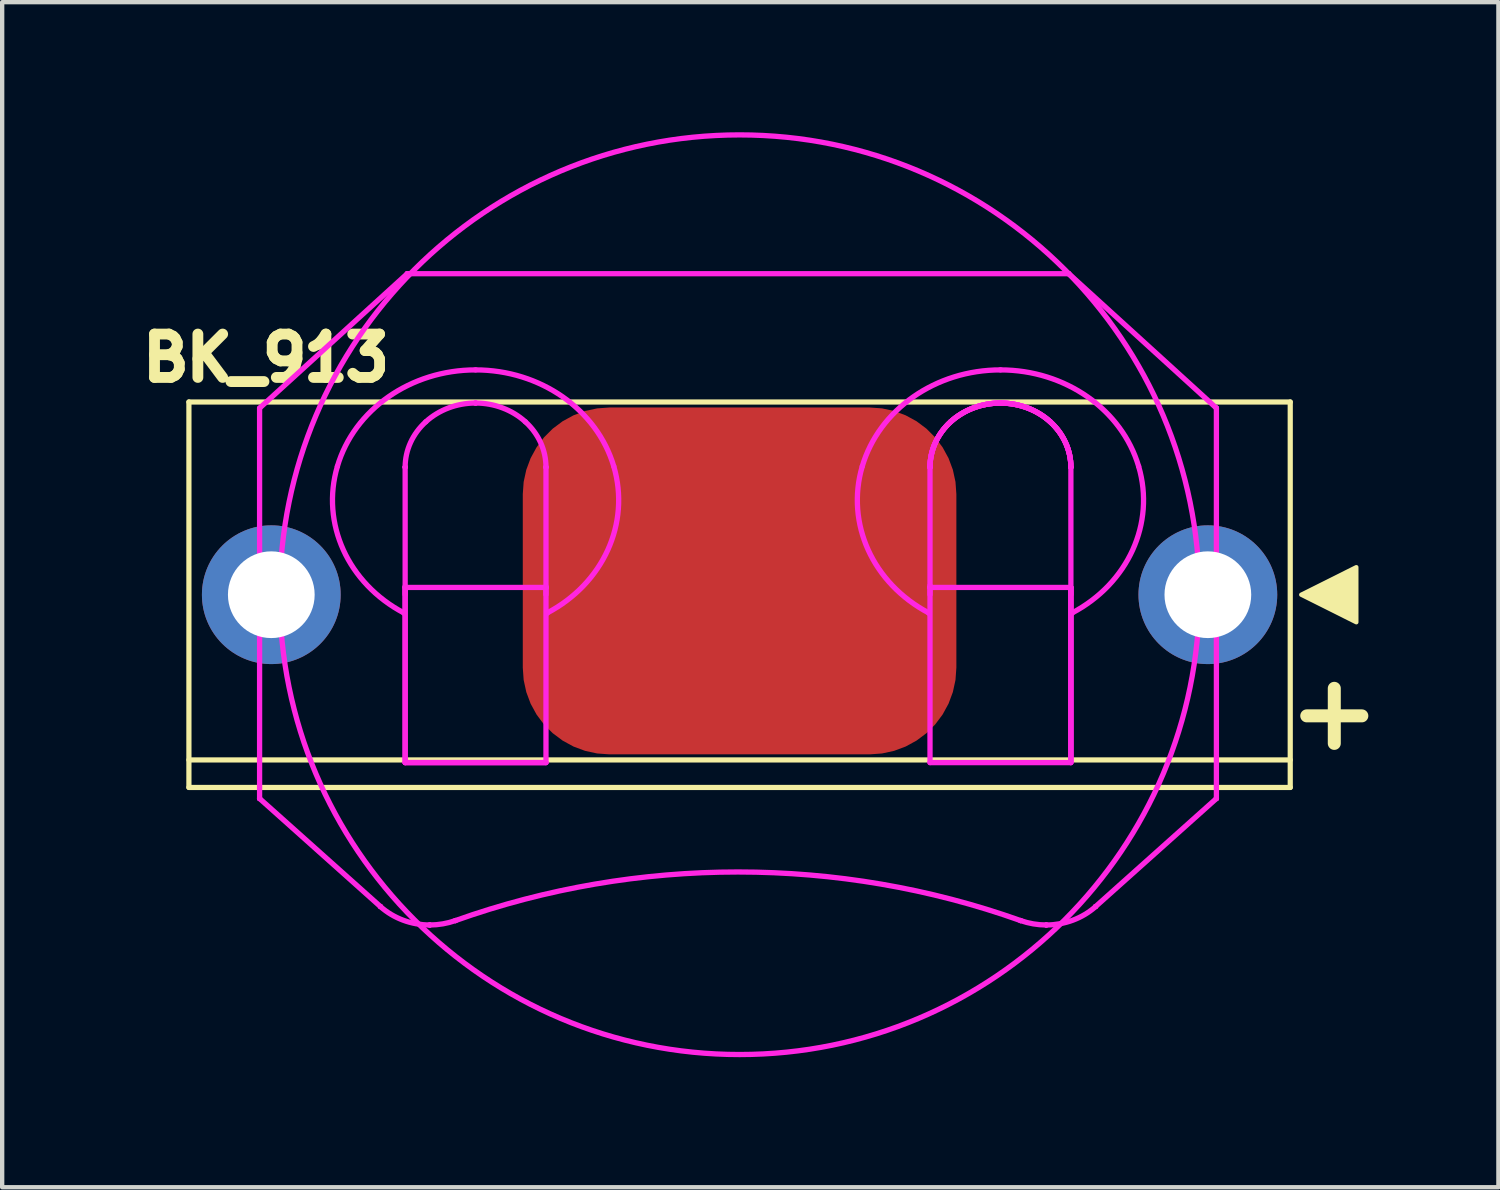
<source format=kicad_pcb>
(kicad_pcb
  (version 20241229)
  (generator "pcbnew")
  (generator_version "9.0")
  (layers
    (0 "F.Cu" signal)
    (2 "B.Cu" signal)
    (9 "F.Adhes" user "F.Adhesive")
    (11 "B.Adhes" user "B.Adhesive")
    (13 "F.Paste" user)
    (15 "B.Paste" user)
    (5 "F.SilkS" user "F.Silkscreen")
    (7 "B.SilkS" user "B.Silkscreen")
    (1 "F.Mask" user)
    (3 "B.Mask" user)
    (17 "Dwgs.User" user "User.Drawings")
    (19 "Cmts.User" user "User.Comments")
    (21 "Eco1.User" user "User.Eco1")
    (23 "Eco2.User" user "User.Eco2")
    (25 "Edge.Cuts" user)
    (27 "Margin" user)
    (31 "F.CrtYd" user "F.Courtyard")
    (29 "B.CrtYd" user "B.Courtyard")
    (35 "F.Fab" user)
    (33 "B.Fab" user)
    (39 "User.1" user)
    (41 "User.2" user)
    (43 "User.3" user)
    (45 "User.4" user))
  (footprint "BK_913"
    (layer "F.Cu")
    (at 14.007 10.666)
    (property "Reference" "BK_913" (at -10.922 -5.461 0) (layer "F.SilkS") (effects (font (size 1 1) (thickness 0.25))))
    (attr through_hole)
    (fp_line (start -12.7 -4.445) (end -12.7 4.445) (stroke (width 0.12) (type solid)) (layer "F.SilkS"))
    (fp_line (start -12.7 -4.445) (end 12.7 -4.445) (stroke (width 0.12) (type solid)) (layer "F.SilkS"))
    (fp_line (start -12.7 3.81) (end 12.7 3.81) (stroke (width 0.12) (type solid)) (layer "F.SilkS"))
    (fp_line (start -12.7 4.445) (end 12.7 4.445) (stroke (width 0.12) (type solid)) (layer "F.SilkS"))
    (fp_line (start 12.7 -4.445) (end 12.7 4.445) (stroke (width 0.12) (type solid)) (layer "F.SilkS"))
    (fp_line (start 13.081 2.794) (end 14.351 2.794) (stroke (width 0.3) (type solid)) (layer "F.SilkS"))
    (fp_line (start 13.716 2.159) (end 13.716 3.429) (stroke (width 0.3) (type solid)) (layer "F.SilkS"))
    (fp_poly (pts (xy 12.954 0) (xy 14.224 -0.635) (xy 14.224 0.635)) (stroke (width 0.1) (type solid)) (fill yes) (layer "F.SilkS"))
    (fp_line (start -11.07 -4.304) (end -11.07 4.701) (stroke (width 0.122) (type solid)) (layer "F.CrtYd"))
    (fp_line (start -11.07 4.701) (end -11.07 4.701) (stroke (width 0.122) (type solid)) (layer "F.CrtYd"))
    (fp_line (start -11.07 4.701) (end -11.07 4.701) (stroke (width 0.122) (type solid)) (layer "F.CrtYd"))
    (fp_line (start -11.07 4.701) (end -8.283 7.192) (stroke (width 0.122) (type solid)) (layer "F.CrtYd"))
    (fp_line (start -8.283 7.192) (end -8.283 7.192) (stroke (width 0.122) (type solid)) (layer "F.CrtYd"))
    (fp_line (start -8.283 7.192) (end -8.283 7.192) (stroke (width 0.122) (type solid)) (layer "F.CrtYd"))
    (fp_line (start -7.74 0.422) (end -7.74 0.422) (stroke (width 0.122) (type solid)) (layer "F.CrtYd"))
    (fp_line (start -7.74 0.422) (end -7.74 0.422) (stroke (width 0.122) (type solid)) (layer "F.CrtYd"))
    (fp_line (start -7.713 -2.942) (end -7.713 -2.942) (stroke (width 0.122) (type solid)) (layer "F.CrtYd"))
    (fp_line (start -7.713 -2.942) (end -7.713 -2.942) (stroke (width 0.122) (type solid)) (layer "F.CrtYd"))
    (fp_line (start -7.713 -0.168) (end -7.713 -2.942) (stroke (width 0.122) (type solid)) (layer "F.CrtYd"))
    (fp_line (start -7.713 -0.168) (end -7.713 -0.168) (stroke (width 0.122) (type solid)) (layer "F.CrtYd"))
    (fp_line (start -7.713 -0.168) (end -7.713 -0.168) (stroke (width 0.122) (type solid)) (layer "F.CrtYd"))
    (fp_line (start -7.713 -0.121) (end -7.713 -0.003) (stroke (width 0.122) (type solid)) (layer "F.CrtYd"))
    (fp_line (start -7.713 3.871) (end -7.713 -0.196) (stroke (width 0.122) (type solid)) (layer "F.CrtYd"))
    (fp_line (start -7.713 3.872) (end -7.713 -0.121) (stroke (width 0.122) (type solid)) (layer "F.CrtYd"))
    (fp_line (start -7.664 -7.404) (end -11.07 -4.304) (stroke (width 0.122) (type solid)) (layer "F.CrtYd"))
    (fp_line (start -7.664 -7.404) (end -7.664 -7.404) (stroke (width 0.122) (type solid)) (layer "F.CrtYd"))
    (fp_line (start -7.664 -7.404) (end -7.664 -7.404) (stroke (width 0.122) (type solid)) (layer "F.CrtYd"))
    (fp_line (start -7.664 -7.404) (end 7.592 -7.404) (stroke (width 0.122) (type solid)) (layer "F.CrtYd"))
    (fp_line (start -7.145 7.617) (end -7.145 7.617) (stroke (width 0.122) (type solid)) (layer "F.CrtYd"))
    (fp_line (start -7.145 7.617) (end -7.145 7.617) (stroke (width 0.122) (type solid)) (layer "F.CrtYd"))
    (fp_line (start -6.552 7.515) (end -6.552 7.515) (stroke (width 0.122) (type solid)) (layer "F.CrtYd"))
    (fp_line (start -6.552 7.515) (end -6.552 7.515) (stroke (width 0.122) (type solid)) (layer "F.CrtYd"))
    (fp_line (start -6.089 -4.421) (end -6.089 -4.421) (stroke (width 0.122) (type solid)) (layer "F.CrtYd"))
    (fp_line (start -6.089 -4.421) (end -6.089 -4.421) (stroke (width 0.122) (type solid)) (layer "F.CrtYd"))
    (fp_line (start -4.465 -2.942) (end -4.465 -2.942) (stroke (width 0.122) (type solid)) (layer "F.CrtYd"))
    (fp_line (start -4.465 -2.942) (end -4.465 -2.942) (stroke (width 0.122) (type solid)) (layer "F.CrtYd"))
    (fp_line (start -4.465 -0.168) (end -7.713 -0.168) (stroke (width 0.122) (type solid)) (layer "F.CrtYd"))
    (fp_line (start -4.465 -0.168) (end -4.465 -2.942) (stroke (width 0.122) (type solid)) (layer "F.CrtYd"))
    (fp_line (start -4.465 -0.168) (end -4.465 -0.168) (stroke (width 0.122) (type solid)) (layer "F.CrtYd"))
    (fp_line (start -4.465 -0.168) (end -4.465 -0.168) (stroke (width 0.122) (type solid)) (layer "F.CrtYd"))
    (fp_line (start -4.465 -0.003) (end -4.465 -0.121) (stroke (width 0.122) (type solid)) (layer "F.CrtYd"))
    (fp_line (start -4.465 3.871) (end -4.465 -0.193) (stroke (width 0.122) (type solid)) (layer "F.CrtYd"))
    (fp_line (start -4.465 3.872) (end -7.713 3.872) (stroke (width 0.122) (type solid)) (layer "F.CrtYd"))
    (fp_line (start -4.465 3.872) (end -7.713 3.872) (stroke (width 0.122) (type solid)) (layer "F.CrtYd"))
    (fp_line (start -4.438 0.422) (end -4.438 0.422) (stroke (width 0.122) (type solid)) (layer "F.CrtYd"))
    (fp_line (start -4.438 0.422) (end -4.438 0.422) (stroke (width 0.122) (type solid)) (layer "F.CrtYd"))
    (fp_line (start 4.365 0.422) (end 4.365 0.422) (stroke (width 0.122) (type solid)) (layer "F.CrtYd"))
    (fp_line (start 4.365 0.422) (end 4.365 0.422) (stroke (width 0.122) (type solid)) (layer "F.CrtYd"))
    (fp_line (start 4.392 -2.942) (end 4.392 -2.942) (stroke (width 0.122) (type solid)) (layer "F.CrtYd"))
    (fp_line (start 4.392 -2.942) (end 4.392 -2.942) (stroke (width 0.122) (type solid)) (layer "F.CrtYd"))
    (fp_line (start 4.392 -0.168) (end 4.392 -2.942) (stroke (width 0.122) (type solid)) (layer "F.CrtYd"))
    (fp_line (start 4.392 -0.168) (end 4.392 -0.168) (stroke (width 0.122) (type solid)) (layer "F.CrtYd"))
    (fp_line (start 4.392 -0.168) (end 4.392 -0.168) (stroke (width 0.122) (type solid)) (layer "F.CrtYd"))
    (fp_line (start 4.392 -0.168) (end 7.641 -0.168) (stroke (width 0.122) (type solid)) (layer "F.CrtYd"))
    (fp_line (start 4.392 -0.003) (end 4.392 -0.121) (stroke (width 0.122) (type solid)) (layer "F.CrtYd"))
    (fp_line (start 4.392 3.871) (end 4.392 -0.213) (stroke (width 0.122) (type solid)) (layer "F.CrtYd"))
    (fp_line (start 4.392 3.872) (end 7.641 3.872) (stroke (width 0.122) (type solid)) (layer "F.CrtYd"))
    (fp_line (start 6.017 -4.421) (end 6.017 -4.421) (stroke (width 0.122) (type solid)) (layer "F.CrtYd"))
    (fp_line (start 6.017 -4.421) (end 6.017 -4.421) (stroke (width 0.122) (type solid)) (layer "F.CrtYd"))
    (fp_line (start 6.48 7.515) (end 6.48 7.515) (stroke (width 0.122) (type solid)) (layer "F.CrtYd"))
    (fp_line (start 6.48 7.515) (end 6.48 7.515) (stroke (width 0.122) (type solid)) (layer "F.CrtYd"))
    (fp_line (start 7.073 7.617) (end 7.073 7.617) (stroke (width 0.122) (type solid)) (layer "F.CrtYd"))
    (fp_line (start 7.073 7.617) (end 7.073 7.617) (stroke (width 0.122) (type solid)) (layer "F.CrtYd"))
    (fp_line (start 7.592 -7.404) (end 7.592 -7.404) (stroke (width 0.122) (type solid)) (layer "F.CrtYd"))
    (fp_line (start 7.592 -7.404) (end 7.592 -7.404) (stroke (width 0.122) (type solid)) (layer "F.CrtYd"))
    (fp_line (start 7.592 -7.404) (end 10.997 -4.304) (stroke (width 0.122) (type solid)) (layer "F.CrtYd"))
    (fp_line (start 7.641 -2.942) (end 7.641 -2.942) (stroke (width 0.122) (type solid)) (layer "F.CrtYd"))
    (fp_line (start 7.641 -2.942) (end 7.641 -2.942) (stroke (width 0.122) (type solid)) (layer "F.CrtYd"))
    (fp_line (start 7.641 -0.168) (end 7.641 -2.942) (stroke (width 0.122) (type solid)) (layer "F.CrtYd"))
    (fp_line (start 7.641 -0.168) (end 7.641 -0.168) (stroke (width 0.122) (type solid)) (layer "F.CrtYd"))
    (fp_line (start 7.641 -0.168) (end 7.641 -0.168) (stroke (width 0.122) (type solid)) (layer "F.CrtYd"))
    (fp_line (start 7.641 -0.121) (end 7.641 -0.003) (stroke (width 0.122) (type solid)) (layer "F.CrtYd"))
    (fp_line (start 7.641 3.825) (end 7.641 -0.168) (stroke (width 0.122) (type solid)) (layer "F.CrtYd"))
    (fp_line (start 7.641 3.872) (end 7.641 -0.121) (stroke (width 0.122) (type solid)) (layer "F.CrtYd"))
    (fp_line (start 7.641 3.872) (end 7.641 -0.121) (stroke (width 0.122) (type solid)) (layer "F.CrtYd"))
    (fp_line (start 7.668 0.422) (end 7.668 0.422) (stroke (width 0.122) (type solid)) (layer "F.CrtYd"))
    (fp_line (start 7.668 0.422) (end 7.668 0.422) (stroke (width 0.122) (type solid)) (layer "F.CrtYd"))
    (fp_line (start 8.211 7.192) (end 8.211 7.192) (stroke (width 0.122) (type solid)) (layer "F.CrtYd"))
    (fp_line (start 8.211 7.192) (end 8.211 7.192) (stroke (width 0.122) (type solid)) (layer "F.CrtYd"))
    (fp_line (start 10.997 -4.304) (end 10.997 -4.304) (stroke (width 0.122) (type solid)) (layer "F.CrtYd"))
    (fp_line (start 10.997 -4.304) (end 10.997 -4.304) (stroke (width 0.122) (type solid)) (layer "F.CrtYd"))
    (fp_line (start 10.997 -4.304) (end 10.997 4.701) (stroke (width 0.122) (type solid)) (layer "F.CrtYd"))
    (fp_line (start 10.997 4.701) (end 8.211 7.192) (stroke (width 0.122) (type solid)) (layer "F.CrtYd"))
    (fp_line (start 10.997 4.701) (end 10.997 4.701) (stroke (width 0.122) (type solid)) (layer "F.CrtYd"))
    (fp_line (start 10.997 4.701) (end 10.997 4.701) (stroke (width 0.122) (type solid)) (layer "F.CrtYd"))
    (fp_circle (center 0 0) (end 10.605 0) (stroke (width 0.122) (type solid)) (fill no) (layer "F.CrtYd"))
    (fp_curve (pts (xy -9.276 -2.959) (xy -9.663 -1.646) (xy -9.033 -0.26) (xy -7.74 0.421)) (stroke (width 0.122) (type solid)) (layer "F.CrtYd"))
    (fp_curve (pts (xy -8.283 7.193) (xy -7.979 7.464) (xy -7.57 7.617) (xy -7.145 7.617)) (stroke (width 0.122) (type solid)) (layer "F.CrtYd"))
    (fp_curve (pts (xy -7.237 -3.988) (xy -7.542 -3.711) (xy -7.713 -3.334) (xy -7.713 -2.942)) (stroke (width 0.122) (type solid)) (layer "F.CrtYd"))
    (fp_curve (pts (xy -7.145 7.617) (xy -6.942 7.617) (xy -6.741 7.582) (xy -6.552 7.515)) (stroke (width 0.122) (type solid)) (layer "F.CrtYd"))
    (fp_curve (pts (xy -6.089 -5.185) (xy -7.582 -5.185) (xy -8.89 -4.272) (xy -9.276 -2.959)) (stroke (width 0.122) (type solid)) (layer "F.CrtYd"))
    (fp_curve (pts (xy -6.089 -4.421) (xy -6.52 -4.421) (xy -6.933 -4.265) (xy -7.237 -3.988)) (stroke (width 0.122) (type solid)) (layer "F.CrtYd"))
    (fp_curve (pts (xy -4.94 -3.988) (xy -5.245 -4.265) (xy -5.658 -4.421) (xy -6.089 -4.421)) (stroke (width 0.122) (type solid)) (layer "F.CrtYd"))
    (fp_curve (pts (xy -4.465 -2.942) (xy -4.465 -3.334) (xy -4.636 -3.711) (xy -4.94 -3.988)) (stroke (width 0.122) (type solid)) (layer "F.CrtYd"))
    (fp_curve (pts (xy -4.438 0.421) (xy -3.144 -0.26) (xy -2.514 -1.646) (xy -2.901 -2.959)) (stroke (width 0.122) (type solid)) (layer "F.CrtYd"))
    (fp_curve (pts (xy -2.901 -2.959) (xy -3.288 -4.272) (xy -4.595 -5.185) (xy -6.089 -5.185)) (stroke (width 0.122) (type solid)) (layer "F.CrtYd"))
    (fp_curve (pts (xy 2.829 -2.959) (xy 2.442 -1.646) (xy 3.072 -0.26) (xy 4.365 0.421)) (stroke (width 0.122) (type solid)) (layer "F.CrtYd"))
    (fp_curve (pts (xy 4.868 -3.988) (xy 4.564 -3.711) (xy 4.392 -3.334) (xy 4.392 -2.942)) (stroke (width 0.122) (type solid)) (layer "F.CrtYd"))
    (fp_curve (pts (xy 4.868 -3.988) (xy 4.564 -3.711) (xy 4.392 -3.334) (xy 4.392 -2.942)) (stroke (width 0.122) (type solid)) (layer "F.CrtYd"))
    (fp_curve (pts (xy 4.868 -3.988) (xy 4.564 -3.711) (xy 4.392 -3.334) (xy 4.392 -2.942)) (stroke (width 0.122) (type solid)) (layer "F.CrtYd"))
    (fp_curve (pts (xy 4.868 -3.988) (xy 4.564 -3.711) (xy 4.392 -3.334) (xy 4.392 -2.942)) (stroke (width 0.122) (type solid)) (layer "F.CrtYd"))
    (fp_curve (pts (xy 6.017 -5.185) (xy 4.523 -5.185) (xy 3.216 -4.272) (xy 2.829 -2.959)) (stroke (width 0.122) (type solid)) (layer "F.CrtYd"))
    (fp_curve (pts (xy 6.017 -4.421) (xy 5.586 -4.421) (xy 5.173 -4.265) (xy 4.868 -3.988)) (stroke (width 0.122) (type solid)) (layer "F.CrtYd"))
    (fp_curve (pts (xy 6.017 -4.421) (xy 5.586 -4.421) (xy 5.173 -4.265) (xy 4.868 -3.988)) (stroke (width 0.122) (type solid)) (layer "F.CrtYd"))
    (fp_curve (pts (xy 6.017 -4.421) (xy 5.586 -4.421) (xy 5.173 -4.265) (xy 4.868 -3.988)) (stroke (width 0.122) (type solid)) (layer "F.CrtYd"))
    (fp_curve (pts (xy 6.017 -4.421) (xy 5.586 -4.421) (xy 5.173 -4.265) (xy 4.868 -3.988)) (stroke (width 0.122) (type solid)) (layer "F.CrtYd"))
    (fp_curve (pts (xy 6.48 7.515) (xy 2.291 6.021) (xy -2.363 6.021) (xy -6.552 7.515)) (stroke (width 0.122) (type solid)) (layer "F.CrtYd"))
    (fp_curve (pts (xy 6.48 7.515) (xy 6.669 7.582) (xy 6.87 7.617) (xy 7.073 7.617)) (stroke (width 0.122) (type solid)) (layer "F.CrtYd"))
    (fp_curve (pts (xy 7.073 7.617) (xy 7.498 7.617) (xy 7.907 7.464) (xy 8.211 7.193)) (stroke (width 0.122) (type solid)) (layer "F.CrtYd"))
    (fp_curve (pts (xy 7.165 -3.988) (xy 6.861 -4.265) (xy 6.447 -4.421) (xy 6.017 -4.421)) (stroke (width 0.122) (type solid)) (layer "F.CrtYd"))
    (fp_curve (pts (xy 7.165 -3.988) (xy 6.861 -4.265) (xy 6.447 -4.421) (xy 6.017 -4.421)) (stroke (width 0.122) (type solid)) (layer "F.CrtYd"))
    (fp_curve (pts (xy 7.165 -3.988) (xy 6.861 -4.265) (xy 6.447 -4.421) (xy 6.017 -4.421)) (stroke (width 0.122) (type solid)) (layer "F.CrtYd"))
    (fp_curve (pts (xy 7.165 -3.988) (xy 6.861 -4.265) (xy 6.447 -4.421) (xy 6.017 -4.421)) (stroke (width 0.122) (type solid)) (layer "F.CrtYd"))
    (fp_curve (pts (xy 7.641 -2.942) (xy 7.641 -3.334) (xy 7.47 -3.711) (xy 7.165 -3.988)) (stroke (width 0.122) (type solid)) (layer "F.CrtYd"))
    (fp_curve (pts (xy 7.641 -2.942) (xy 7.641 -3.334) (xy 7.47 -3.711) (xy 7.165 -3.988)) (stroke (width 0.122) (type solid)) (layer "F.CrtYd"))
    (fp_curve (pts (xy 7.641 -2.942) (xy 7.641 -3.334) (xy 7.47 -3.711) (xy 7.165 -3.988)) (stroke (width 0.122) (type solid)) (layer "F.CrtYd"))
    (fp_curve (pts (xy 7.641 -2.942) (xy 7.641 -3.334) (xy 7.47 -3.711) (xy 7.165 -3.988)) (stroke (width 0.122) (type solid)) (layer "F.CrtYd"))
    (fp_curve (pts (xy 7.668 0.421) (xy 8.961 -0.26) (xy 9.591 -1.646) (xy 9.204 -2.959)) (stroke (width 0.122) (type solid)) (layer "F.CrtYd"))
    (fp_curve (pts (xy 9.204 -2.959) (xy 8.817 -4.272) (xy 7.51 -5.185) (xy 6.017 -5.185)) (stroke (width 0.122) (type solid)) (layer "F.CrtYd"))
    (pad "1" thru_hole circle (at -10.8 0) (size 3.2 3.2) (drill 2) (layers "*.Cu" "*.Mask"))
    (pad "1" thru_hole circle (at 10.8 0) (size 3.2 3.2) (drill 2) (layers "*.Cu" "*.Mask"))
    (pad "2" smd roundrect (at 0 -0.318) (size 10 8) (layers "F.Cu" "F.Mask" "F.Paste") (roundrect_rratio 0.25)))
  (gr_rect
    (start -3 -3)
    (end 31.508 24.332)
    (stroke (width 0.1) (type default))
    (fill no)
    (layer "Edge.Cuts")))
</source>
